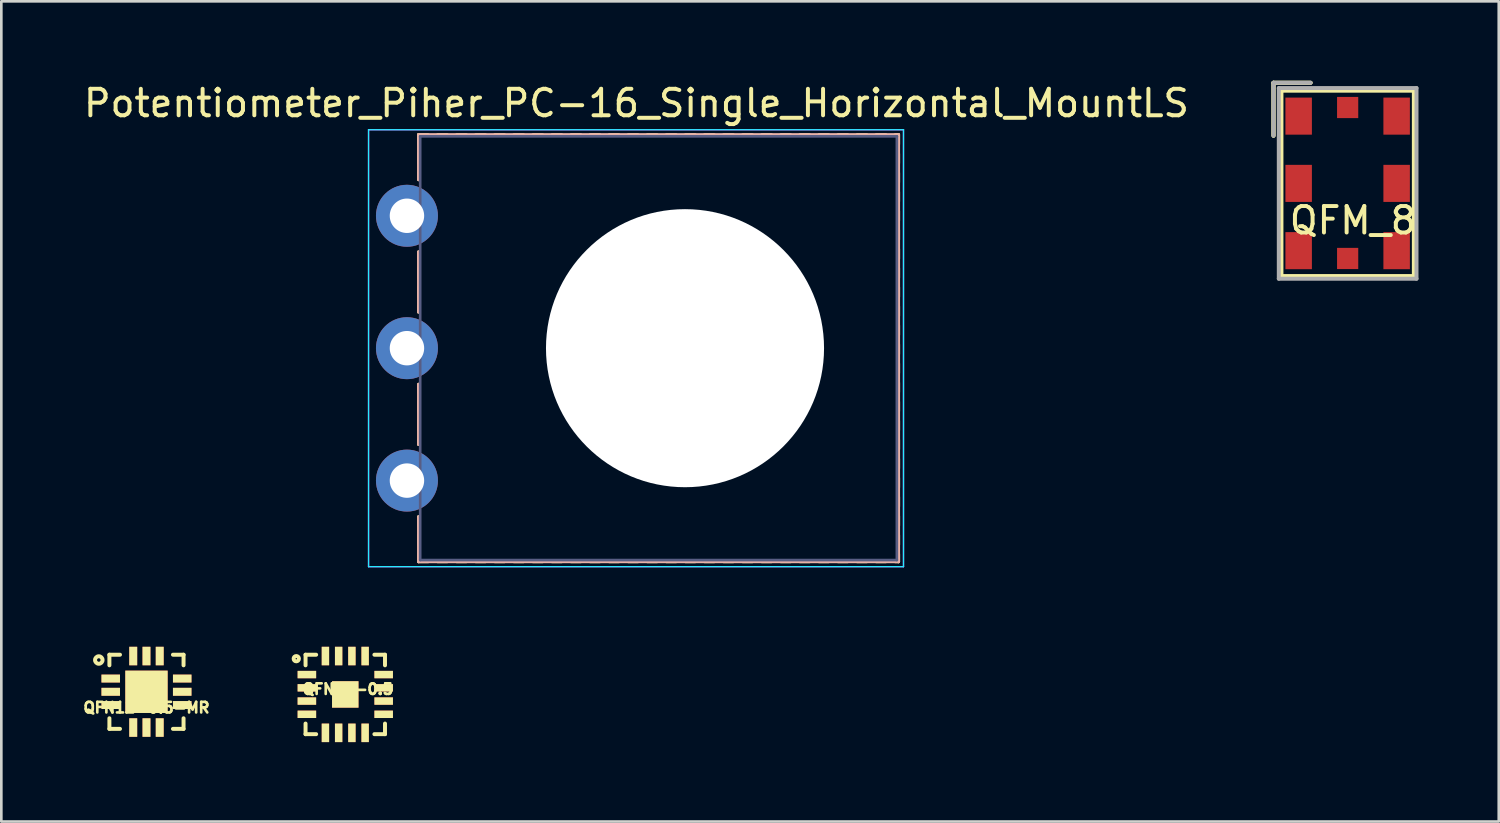
<source format=kicad_pcb>
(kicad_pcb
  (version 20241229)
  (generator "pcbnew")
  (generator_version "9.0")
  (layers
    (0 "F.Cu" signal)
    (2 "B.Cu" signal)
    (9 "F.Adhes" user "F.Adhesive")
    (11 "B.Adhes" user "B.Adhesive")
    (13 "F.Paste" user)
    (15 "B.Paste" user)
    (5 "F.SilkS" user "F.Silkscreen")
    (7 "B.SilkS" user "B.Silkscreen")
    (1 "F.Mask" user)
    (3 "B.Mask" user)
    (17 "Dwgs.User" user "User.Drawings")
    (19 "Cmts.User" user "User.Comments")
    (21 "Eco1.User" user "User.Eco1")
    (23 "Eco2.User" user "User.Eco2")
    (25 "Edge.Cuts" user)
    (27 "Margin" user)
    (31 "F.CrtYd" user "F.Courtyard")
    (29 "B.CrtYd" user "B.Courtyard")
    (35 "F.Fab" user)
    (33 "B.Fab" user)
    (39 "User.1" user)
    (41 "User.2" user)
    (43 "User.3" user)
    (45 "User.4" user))
  (footprint "QFM_8"
    (layer "F.Cu")
    (at 47.839 3.875)
    (property "Reference" "QFM_8" (at 0.2 1.4 0) (layer "F.SilkS") (effects (font (size 1 1) (thickness 0.15))))
    (attr through_hole)
    (fp_line (start -2.8 -3.8) (end -1.4 -3.8) (stroke (width 0.15) (type solid)) (layer "F.SilkS"))
    (fp_line (start -2.8 -3.8) (end -1.4 -3.8) (stroke (width 0.15) (type solid)) (layer "F.SilkS"))
    (fp_line (start -2.8 -1.8) (end -2.8 -3.8) (stroke (width 0.15) (type solid)) (layer "F.SilkS"))
    (fp_line (start -2.8 -1.8) (end -2.8 -3.8) (stroke (width 0.15) (type solid)) (layer "F.SilkS"))
    (fp_line (start -2.5 -3.5) (end -2.5 3.5) (stroke (width 0.15) (type solid)) (layer "F.SilkS"))
    (fp_line (start -2.5 3.5) (end 2.5 3.5) (stroke (width 0.15) (type solid)) (layer "F.SilkS"))
    (fp_line (start 2.5 -3.5) (end -2.5 -3.5) (stroke (width 0.15) (type solid)) (layer "F.SilkS"))
    (fp_line (start 2.5 3.5) (end 2.5 -3.5) (stroke (width 0.15) (type solid)) (layer "F.SilkS"))
    (fp_line (start -2.8 -3.8) (end -1.4 -3.8) (stroke (width 0.15) (type solid)) (layer "F.Fab"))
    (fp_line (start -2.8 -1.8) (end -2.8 -3.8) (stroke (width 0.15) (type solid)) (layer "F.Fab"))
    (fp_line (start -2.6 -3.6) (end 2.6 -3.6) (stroke (width 0.15) (type solid)) (layer "F.Fab"))
    (fp_line (start -2.6 3.6) (end -2.6 -3.6) (stroke (width 0.15) (type solid)) (layer "F.Fab"))
    (fp_line (start 2.6 -3.6) (end 2.6 3.6) (stroke (width 0.15) (type solid)) (layer "F.Fab"))
    (fp_line (start 2.6 3.6) (end -2.6 3.6) (stroke (width 0.15) (type solid)) (layer "F.Fab"))
    (pad "1" smd rect (at -1.85 -2.54) (size 1 1.4) (layers "F.Cu" "F.Mask" "F.Paste"))
    (pad "2" smd rect (at -1.85 0) (size 1 1.4) (layers "F.Cu" "F.Mask" "F.Paste"))
    (pad "3" smd rect (at -1.85 2.54) (size 1 1.4) (layers "F.Cu" "F.Mask" "F.Paste"))
    (pad "4" smd rect (at 1.85 2.54) (size 1 1.4) (layers "F.Cu" "F.Mask" "F.Paste"))
    (pad "5" smd rect (at 1.85 0) (size 1 1.4) (layers "F.Cu" "F.Mask" "F.Paste"))
    (pad "6" smd rect (at 1.85 -2.54) (size 1 1.4) (layers "F.Cu" "F.Mask" "F.Paste"))
    (pad "7" smd rect (at 0 -2.865) (size 0.8 0.8) (layers "F.Cu" "F.Mask" "F.Paste"))
    (pad "8" smd rect (at 0 2.835) (size 0.8 0.8) (layers "F.Cu" "F.Mask" "F.Paste")))
  (footprint "QFN16-0.5"
    (layer "F.Cu")
    (at 9.988 23.173)
    (property "Reference" "QFN16-0.5" (at 0.1 -0.2 0) (layer "F.SilkS") (effects (font (size 0.4 0.4) (thickness 0.1))))
    (attr smd)
    (fp_line (start -1.5 -1.5) (end -1.1 -1.5) (stroke (width 0.15) (type solid)) (layer "F.SilkS"))
    (fp_line (start -1.5 -1.1) (end -1.5 -1.5) (stroke (width 0.15) (type solid)) (layer "F.SilkS"))
    (fp_line (start -1.5 1.1) (end -1.5 1.5) (stroke (width 0.15) (type solid)) (layer "F.SilkS"))
    (fp_line (start -1.5 1.5) (end -1.1 1.5) (stroke (width 0.15) (type solid)) (layer "F.SilkS"))
    (fp_line (start 1.5 -1.5) (end 1.1 -1.5) (stroke (width 0.15) (type solid)) (layer "F.SilkS"))
    (fp_line (start 1.5 -1.1) (end 1.5 -1.5) (stroke (width 0.15) (type solid)) (layer "F.SilkS"))
    (fp_line (start 1.5 1.1) (end 1.5 1.5) (stroke (width 0.15) (type solid)) (layer "F.SilkS"))
    (fp_line (start 1.5 1.5) (end 1.1 1.5) (stroke (width 0.15) (type solid)) (layer "F.SilkS"))
    (fp_circle (center -1.85 -1.35) (end -1.85 -1.25) (stroke (width 0.15) (type solid)) (fill no) (layer "F.SilkS"))
    (pad "1" smd rect (at -1.45 -0.75 90) (size 0.28 0.7) (layers "F.Cu" "F.Mask" "F.SilkS" "F.Paste"))
    (pad "2" smd rect (at -1.45 -0.25 90) (size 0.28 0.7) (layers "F.Cu" "F.Mask" "F.SilkS" "F.Paste"))
    (pad "3" smd rect (at -1.45 0.25 90) (size 0.28 0.7) (layers "F.Cu" "F.Mask" "F.SilkS" "F.Paste"))
    (pad "4" smd rect (at -1.45 0.75 90) (size 0.28 0.7) (layers "F.Cu" "F.Mask" "F.SilkS" "F.Paste"))
    (pad "5" smd rect (at -0.75 1.45 180) (size 0.28 0.7) (layers "F.Cu" "F.Mask" "F.SilkS" "F.Paste"))
    (pad "6" smd rect (at -0.25 1.45) (size 0.28 0.7) (layers "F.Cu" "F.Mask" "F.SilkS" "F.Paste"))
    (pad "7" smd rect (at 0.25 1.45) (size 0.28 0.7) (layers "F.Cu" "F.Mask" "F.SilkS" "F.Paste"))
    (pad "8" smd rect (at 0.75 1.45) (size 0.28 0.7) (layers "F.Cu" "F.Mask" "F.SilkS" "F.Paste"))
    (pad "9" smd rect (at 1.45 0.75 90) (size 0.28 0.7) (layers "F.Cu" "F.Mask" "F.SilkS" "F.Paste"))
    (pad "10" smd rect (at 1.45 0.25 90) (size 0.28 0.7) (layers "F.Cu" "F.Mask" "F.SilkS" "F.Paste"))
    (pad "11" smd rect (at 1.45 -0.25 270) (size 0.28 0.7) (layers "F.Cu" "F.Mask" "F.SilkS" "F.Paste"))
    (pad "12" smd rect (at 1.45 -0.75 270) (size 0.28 0.7) (layers "F.Cu" "F.Mask" "F.SilkS" "F.Paste"))
    (pad "13" smd rect (at 0.75 -1.45 180) (size 0.28 0.7) (layers "F.Cu" "F.Mask" "F.SilkS" "F.Paste"))
    (pad "14" smd rect (at 0.25 -1.45 180) (size 0.28 0.7) (layers "F.Cu" "F.Mask" "F.SilkS" "F.Paste"))
    (pad "15" smd rect (at -0.25 -1.45 180) (size 0.28 0.7) (layers "F.Cu" "F.Mask" "F.SilkS" "F.Paste"))
    (pad "16" smd rect (at -0.75 -1.45) (size 0.28 0.7) (layers "F.Cu" "F.Mask" "F.SilkS" "F.Paste"))
    (pad "17" smd rect (at 0 0) (size 1 1) (layers "F.Cu" "F.Mask" "F.SilkS" "F.Paste")))
  (footprint "Potentiometer_Piher_PC-16_Single_Horizontal_MountLS"
    (layer "F.Cu")
    (at 22.817 10.098)
    (property "Reference" "Potentiometer_Piher_PC-16_Single_Horizontal_MountLS" (at -1.835 -9.25 0) (layer "F.SilkS") (effects (font (size 1 1) (thickness 0.15))))
    (attr through_hole)
    (fp_line (start -10.06 -8.06) (end -10.06 -7.7) (stroke (width 0.12) (type solid)) (layer "F.SilkS"))
    (fp_line (start -10.06 -8.06) (end -9.7 -8.06) (stroke (width 0.12) (type solid)) (layer "F.SilkS"))
    (fp_line (start -10.06 -7.34) (end -10.06 -6.98) (stroke (width 0.12) (type solid)) (layer "F.SilkS"))
    (fp_line (start -10.06 -6.62) (end -10.06 -6.365) (stroke (width 0.12) (type solid)) (layer "F.SilkS"))
    (fp_line (start -10.06 -3.635) (end -10.06 -3.38) (stroke (width 0.12) (type solid)) (layer "F.SilkS"))
    (fp_line (start -10.06 -3.02) (end -10.06 -2.66) (stroke (width 0.12) (type solid)) (layer "F.SilkS"))
    (fp_line (start -10.06 -2.3) (end -10.06 -1.94) (stroke (width 0.12) (type solid)) (layer "F.SilkS"))
    (fp_line (start -10.06 -1.58) (end -10.06 -1.365) (stroke (width 0.12) (type solid)) (layer "F.SilkS"))
    (fp_line (start -10.06 1.365) (end -10.06 1.66) (stroke (width 0.12) (type solid)) (layer "F.SilkS"))
    (fp_line (start -10.06 2.02) (end -10.06 2.38) (stroke (width 0.12) (type solid)) (layer "F.SilkS"))
    (fp_line (start -10.06 2.74) (end -10.06 3.1) (stroke (width 0.12) (type solid)) (layer "F.SilkS"))
    (fp_line (start -10.06 3.46) (end -10.06 3.635) (stroke (width 0.12) (type solid)) (layer "F.SilkS"))
    (fp_line (start -10.06 6.365) (end -10.06 6.7) (stroke (width 0.12) (type solid)) (layer "F.SilkS"))
    (fp_line (start -10.06 7.061) (end -10.06 7.421) (stroke (width 0.12) (type solid)) (layer "F.SilkS"))
    (fp_line (start -10.06 7.781) (end -10.06 8.06) (stroke (width 0.12) (type solid)) (layer "F.SilkS"))
    (fp_line (start -10.06 8.06) (end -9.7 8.06) (stroke (width 0.12) (type solid)) (layer "F.SilkS"))
    (fp_line (start -9.34 -8.06) (end -8.98 -8.06) (stroke (width 0.12) (type solid)) (layer "F.SilkS"))
    (fp_line (start -9.34 8.06) (end -8.98 8.06) (stroke (width 0.12) (type solid)) (layer "F.SilkS"))
    (fp_line (start -8.62 -8.06) (end -8.26 -8.06) (stroke (width 0.12) (type solid)) (layer "F.SilkS"))
    (fp_line (start -8.62 8.06) (end -8.26 8.06) (stroke (width 0.12) (type solid)) (layer "F.SilkS"))
    (fp_line (start -7.9 -8.06) (end -7.54 -8.06) (stroke (width 0.12) (type solid)) (layer "F.SilkS"))
    (fp_line (start -7.9 8.06) (end -7.54 8.06) (stroke (width 0.12) (type solid)) (layer "F.SilkS"))
    (fp_line (start -7.18 -8.06) (end -6.82 -8.06) (stroke (width 0.12) (type solid)) (layer "F.SilkS"))
    (fp_line (start -7.18 8.06) (end -6.82 8.06) (stroke (width 0.12) (type solid)) (layer "F.SilkS"))
    (fp_line (start -6.46 -8.06) (end -6.1 -8.06) (stroke (width 0.12) (type solid)) (layer "F.SilkS"))
    (fp_line (start -6.46 8.06) (end -6.1 8.06) (stroke (width 0.12) (type solid)) (layer "F.SilkS"))
    (fp_line (start -5.74 -8.06) (end -5.38 -8.06) (stroke (width 0.12) (type solid)) (layer "F.SilkS"))
    (fp_line (start -5.74 8.06) (end -5.38 8.06) (stroke (width 0.12) (type solid)) (layer "F.SilkS"))
    (fp_line (start -5.02 -8.06) (end -4.66 -8.06) (stroke (width 0.12) (type solid)) (layer "F.SilkS"))
    (fp_line (start -5.02 8.06) (end -4.66 8.06) (stroke (width 0.12) (type solid)) (layer "F.SilkS"))
    (fp_line (start -4.3 -8.06) (end -3.94 -8.06) (stroke (width 0.12) (type solid)) (layer "F.SilkS"))
    (fp_line (start -4.3 8.06) (end -3.94 8.06) (stroke (width 0.12) (type solid)) (layer "F.SilkS"))
    (fp_line (start -3.58 -8.06) (end -3.22 -8.06) (stroke (width 0.12) (type solid)) (layer "F.SilkS"))
    (fp_line (start -3.58 8.06) (end -3.22 8.06) (stroke (width 0.12) (type solid)) (layer "F.SilkS"))
    (fp_line (start -2.86 -8.06) (end -2.5 -8.06) (stroke (width 0.12) (type solid)) (layer "F.SilkS"))
    (fp_line (start -2.86 8.06) (end -2.5 8.06) (stroke (width 0.12) (type solid)) (layer "F.SilkS"))
    (fp_line (start -2.14 -8.06) (end -1.78 -8.06) (stroke (width 0.12) (type solid)) (layer "F.SilkS"))
    (fp_line (start -2.14 8.06) (end -1.78 8.06) (stroke (width 0.12) (type solid)) (layer "F.SilkS"))
    (fp_line (start -1.42 -8.06) (end -1.06 -8.06) (stroke (width 0.12) (type solid)) (layer "F.SilkS"))
    (fp_line (start -1.42 8.06) (end -1.06 8.06) (stroke (width 0.12) (type solid)) (layer "F.SilkS"))
    (fp_line (start -0.7 -8.06) (end -0.34 -8.06) (stroke (width 0.12) (type solid)) (layer "F.SilkS"))
    (fp_line (start -0.7 8.06) (end -0.34 8.06) (stroke (width 0.12) (type solid)) (layer "F.SilkS"))
    (fp_line (start 0.02 -8.06) (end 0.38 -8.06) (stroke (width 0.12) (type solid)) (layer "F.SilkS"))
    (fp_line (start 0.02 8.06) (end 0.38 8.06) (stroke (width 0.12) (type solid)) (layer "F.SilkS"))
    (fp_line (start 0.74 -8.06) (end 1.1 -8.06) (stroke (width 0.12) (type solid)) (layer "F.SilkS"))
    (fp_line (start 0.74 8.06) (end 1.1 8.06) (stroke (width 0.12) (type solid)) (layer "F.SilkS"))
    (fp_line (start 1.46 -8.06) (end 1.82 -8.06) (stroke (width 0.12) (type solid)) (layer "F.SilkS"))
    (fp_line (start 1.46 8.06) (end 1.82 8.06) (stroke (width 0.12) (type solid)) (layer "F.SilkS"))
    (fp_line (start 2.181 -8.06) (end 2.54 -8.06) (stroke (width 0.12) (type solid)) (layer "F.SilkS"))
    (fp_line (start 2.181 8.06) (end 2.54 8.06) (stroke (width 0.12) (type solid)) (layer "F.SilkS"))
    (fp_line (start 2.901 -8.06) (end 3.261 -8.06) (stroke (width 0.12) (type solid)) (layer "F.SilkS"))
    (fp_line (start 2.901 8.06) (end 3.261 8.06) (stroke (width 0.12) (type solid)) (layer "F.SilkS"))
    (fp_line (start 3.621 -8.06) (end 3.981 -8.06) (stroke (width 0.12) (type solid)) (layer "F.SilkS"))
    (fp_line (start 3.621 8.06) (end 3.981 8.06) (stroke (width 0.12) (type solid)) (layer "F.SilkS"))
    (fp_line (start 4.341 -8.06) (end 4.701 -8.06) (stroke (width 0.12) (type solid)) (layer "F.SilkS"))
    (fp_line (start 4.341 8.06) (end 4.701 8.06) (stroke (width 0.12) (type solid)) (layer "F.SilkS"))
    (fp_line (start 5.061 -8.06) (end 5.421 -8.06) (stroke (width 0.12) (type solid)) (layer "F.SilkS"))
    (fp_line (start 5.061 8.06) (end 5.421 8.06) (stroke (width 0.12) (type solid)) (layer "F.SilkS"))
    (fp_line (start 5.781 -8.06) (end 6.141 -8.06) (stroke (width 0.12) (type solid)) (layer "F.SilkS"))
    (fp_line (start 5.781 8.06) (end 6.141 8.06) (stroke (width 0.12) (type solid)) (layer "F.SilkS"))
    (fp_line (start 6.501 -8.06) (end 6.861 -8.06) (stroke (width 0.12) (type solid)) (layer "F.SilkS"))
    (fp_line (start 6.501 8.06) (end 6.861 8.06) (stroke (width 0.12) (type solid)) (layer "F.SilkS"))
    (fp_line (start 7.221 -8.06) (end 7.58 -8.06) (stroke (width 0.12) (type solid)) (layer "F.SilkS"))
    (fp_line (start 7.221 8.06) (end 7.58 8.06) (stroke (width 0.12) (type solid)) (layer "F.SilkS"))
    (fp_line (start 7.94 -8.06) (end 8.061 -8.06) (stroke (width 0.12) (type solid)) (layer "F.SilkS"))
    (fp_line (start 7.94 8.06) (end 8.061 8.06) (stroke (width 0.12) (type solid)) (layer "F.SilkS"))
    (fp_line (start 8.061 -8.06) (end 8.061 -7.7) (stroke (width 0.12) (type solid)) (layer "F.SilkS"))
    (fp_line (start 8.061 -7.34) (end 8.061 -6.98) (stroke (width 0.12) (type solid)) (layer "F.SilkS"))
    (fp_line (start 8.061 -6.62) (end 8.061 -6.26) (stroke (width 0.12) (type solid)) (layer "F.SilkS"))
    (fp_line (start 8.061 -5.9) (end 8.061 -5.54) (stroke (width 0.12) (type solid)) (layer "F.SilkS"))
    (fp_line (start 8.061 -5.18) (end 8.061 -4.819) (stroke (width 0.12) (type solid)) (layer "F.SilkS"))
    (fp_line (start 8.061 -4.46) (end 8.061 -4.1) (stroke (width 0.12) (type solid)) (layer "F.SilkS"))
    (fp_line (start 8.061 -3.74) (end 8.061 -3.38) (stroke (width 0.12) (type solid)) (layer "F.SilkS"))
    (fp_line (start 8.061 -3.02) (end 8.061 -2.66) (stroke (width 0.12) (type solid)) (layer "F.SilkS"))
    (fp_line (start 8.061 -2.3) (end 8.061 -1.94) (stroke (width 0.12) (type solid)) (layer "F.SilkS"))
    (fp_line (start 8.061 -1.58) (end 8.061 -1.22) (stroke (width 0.12) (type solid)) (layer "F.SilkS"))
    (fp_line (start 8.061 -0.86) (end 8.061 -0.5) (stroke (width 0.12) (type solid)) (layer "F.SilkS"))
    (fp_line (start 8.061 -0.14) (end 8.061 0.22) (stroke (width 0.12) (type solid)) (layer "F.SilkS"))
    (fp_line (start 8.061 0.58) (end 8.061 0.94) (stroke (width 0.12) (type solid)) (layer "F.SilkS"))
    (fp_line (start 8.061 1.3) (end 8.061 1.66) (stroke (width 0.12) (type solid)) (layer "F.SilkS"))
    (fp_line (start 8.061 2.02) (end 8.061 2.38) (stroke (width 0.12) (type solid)) (layer "F.SilkS"))
    (fp_line (start 8.061 2.74) (end 8.061 3.1) (stroke (width 0.12) (type solid)) (layer "F.SilkS"))
    (fp_line (start 8.061 3.46) (end 8.061 3.82) (stroke (width 0.12) (type solid)) (layer "F.SilkS"))
    (fp_line (start 8.061 4.18) (end 8.061 4.54) (stroke (width 0.12) (type solid)) (layer "F.SilkS"))
    (fp_line (start 8.061 4.9) (end 8.061 5.26) (stroke (width 0.12) (type solid)) (layer "F.SilkS"))
    (fp_line (start 8.061 5.62) (end 8.061 5.98) (stroke (width 0.12) (type solid)) (layer "F.SilkS"))
    (fp_line (start 8.061 6.341) (end 8.061 6.7) (stroke (width 0.12) (type solid)) (layer "F.SilkS"))
    (fp_line (start 8.061 7.061) (end 8.061 7.421) (stroke (width 0.12) (type solid)) (layer "F.SilkS"))
    (fp_line (start 8.061 7.781) (end 8.061 8.06) (stroke (width 0.12) (type solid)) (layer "F.SilkS"))
    (fp_line (start -10.06 -8.06) (end -10.06 -6.365) (stroke (width 0.12) (type solid)) (layer "B.SilkS"))
    (fp_line (start -10.06 -8.06) (end 8.061 -8.06) (stroke (width 0.12) (type solid)) (layer "B.SilkS"))
    (fp_line (start -10.06 -3.635) (end -10.06 -1.365) (stroke (width 0.12) (type solid)) (layer "B.SilkS"))
    (fp_line (start -10.06 1.365) (end -10.06 3.635) (stroke (width 0.12) (type solid)) (layer "B.SilkS"))
    (fp_line (start -10.06 6.365) (end -10.06 8.06) (stroke (width 0.12) (type solid)) (layer "B.SilkS"))
    (fp_line (start -10.06 8.06) (end 8.061 8.06) (stroke (width 0.12) (type solid)) (layer "B.SilkS"))
    (fp_line (start 8.061 -8.06) (end 8.061 8.06) (stroke (width 0.12) (type solid)) (layer "B.SilkS"))
    (fp_line (start -11.95 -8.25) (end -11.95 8.25) (stroke (width 0.05) (type solid)) (layer "B.CrtYd"))
    (fp_line (start -11.95 8.25) (end 8.25 8.25) (stroke (width 0.05) (type solid)) (layer "B.CrtYd"))
    (fp_line (start 8.25 -8.25) (end -11.95 -8.25) (stroke (width 0.05) (type solid)) (layer "B.CrtYd"))
    (fp_line (start 8.25 8.25) (end 8.25 -8.25) (stroke (width 0.05) (type solid)) (layer "B.CrtYd"))
    (fp_line (start -11.95 -8.25) (end -11.95 8.25) (stroke (width 0.05) (type solid)) (layer "F.CrtYd"))
    (fp_line (start -11.95 8.25) (end 8.25 8.25) (stroke (width 0.05) (type solid)) (layer "F.CrtYd"))
    (fp_line (start 8.25 -8.25) (end -11.95 -8.25) (stroke (width 0.05) (type solid)) (layer "F.CrtYd"))
    (fp_line (start 8.25 8.25) (end 8.25 -8.25) (stroke (width 0.05) (type solid)) (layer "F.CrtYd"))
    (fp_line (start -10 -8) (end -10 8) (stroke (width 0.1) (type solid)) (layer "B.Fab"))
    (fp_line (start -10 8) (end 8 8) (stroke (width 0.1) (type solid)) (layer "B.Fab"))
    (fp_line (start 8 -8) (end -10 -8) (stroke (width 0.1) (type solid)) (layer "B.Fab"))
    (fp_line (start 8 8) (end 8 -8) (stroke (width 0.1) (type solid)) (layer "B.Fab"))
    (fp_circle (center 0 0) (end 3 0) (stroke (width 0.1) (type solid)) (fill no) (layer "B.Fab"))
    (fp_circle (center 0 0) (end 5 0) (stroke (width 0.1) (type solid)) (fill no) (layer "B.Fab"))
    (pad "" np_thru_hole circle (at 0 0) (size 10.5 10.5) (drill 10.5) (layers "*.Cu" "*.Mask"))
    (pad "1" thru_hole circle (at -10.5 5) (size 2.34 2.34) (drill 1.3) (layers "*.Cu" "*.Mask"))
    (pad "2" thru_hole circle (at -10.5 0) (size 2.34 2.34) (drill 1.3) (layers "*.Cu" "*.Mask"))
    (pad "3" thru_hole circle (at -10.5 -5) (size 2.34 2.34) (drill 1.3) (layers "*.Cu" "*.Mask")))
  (footprint "QFN12-0.5-MR"
    (layer "F.Cu")
    (at 2.481 23.073)
    (property "Reference" "QFN12-0.5-MR" (at 0 0.6 0) (layer "F.SilkS") (effects (font (size 0.4 0.4) (thickness 0.1))))
    (attr smd)
    (fp_line (start -1.4 -1.4) (end -1 -1.4) (stroke (width 0.15) (type solid)) (layer "F.SilkS"))
    (fp_line (start -1.4 -1) (end -1.4 -1.4) (stroke (width 0.15) (type solid)) (layer "F.SilkS"))
    (fp_line (start -1.4 1) (end -1.4 1.4) (stroke (width 0.15) (type solid)) (layer "F.SilkS"))
    (fp_line (start -1.4 1.4) (end -1 1.4) (stroke (width 0.15) (type solid)) (layer "F.SilkS"))
    (fp_line (start 1.4 -1.4) (end 1 -1.4) (stroke (width 0.15) (type solid)) (layer "F.SilkS"))
    (fp_line (start 1.4 -1) (end 1.4 -1.4) (stroke (width 0.15) (type solid)) (layer "F.SilkS"))
    (fp_line (start 1.4 1) (end 1.4 1.4) (stroke (width 0.15) (type solid)) (layer "F.SilkS"))
    (fp_line (start 1.4 1.4) (end 1 1.4) (stroke (width 0.15) (type solid)) (layer "F.SilkS"))
    (fp_circle (center -1.8 -1.2) (end -1.7 -1.1) (stroke (width 0.15) (type solid)) (fill no) (layer "F.SilkS"))
    (pad "1" smd rect (at -1.35 -0.5 90) (size 0.3 0.7) (layers "F.Cu" "F.Mask" "F.SilkS" "F.Paste"))
    (pad "2" smd rect (at -1.35 0 90) (size 0.3 0.7) (layers "F.Cu" "F.Mask" "F.SilkS" "F.Paste"))
    (pad "3" smd rect (at -1.35 0.5 90) (size 0.3 0.7) (layers "F.Cu" "F.Mask" "F.SilkS" "F.Paste"))
    (pad "4" smd rect (at -0.5 1.35) (size 0.3 0.7) (layers "F.Cu" "F.Mask" "F.SilkS" "F.Paste"))
    (pad "5" smd rect (at 0 1.35) (size 0.3 0.7) (layers "F.Cu" "F.Mask" "F.SilkS" "F.Paste"))
    (pad "6" smd rect (at 0.5 1.35) (size 0.3 0.7) (layers "F.Cu" "F.Mask" "F.SilkS" "F.Paste"))
    (pad "7" smd rect (at 1.35 0.5 90) (size 0.3 0.7) (layers "F.Cu" "F.Mask" "F.SilkS" "F.Paste"))
    (pad "8" smd rect (at 1.35 0 90) (size 0.3 0.7) (layers "F.Cu" "F.Mask" "F.SilkS" "F.Paste"))
    (pad "9" smd rect (at 1.35 -0.5 90) (size 0.3 0.7) (layers "F.Cu" "F.Mask" "F.SilkS" "F.Paste"))
    (pad "10" smd rect (at 0.5 -1.35) (size 0.3 0.7) (layers "F.Cu" "F.Mask" "F.SilkS" "F.Paste"))
    (pad "11" smd rect (at 0 -1.35) (size 0.3 0.7) (layers "F.Cu" "F.Mask" "F.SilkS" "F.Paste"))
    (pad "12" smd rect (at -0.5 -1.35) (size 0.3 0.7) (layers "F.Cu" "F.Mask" "F.SilkS" "F.Paste"))
    (pad "13" smd rect (at 0 0) (size 1.6 1.6) (layers "F.Cu" "F.Mask" "F.SilkS" "F.Paste")))
  (gr_rect
    (start -3 -3)
    (end 53.545 27.973)
    (stroke (width 0.1) (type default))
    (fill no)
    (layer "Edge.Cuts")))
</source>
